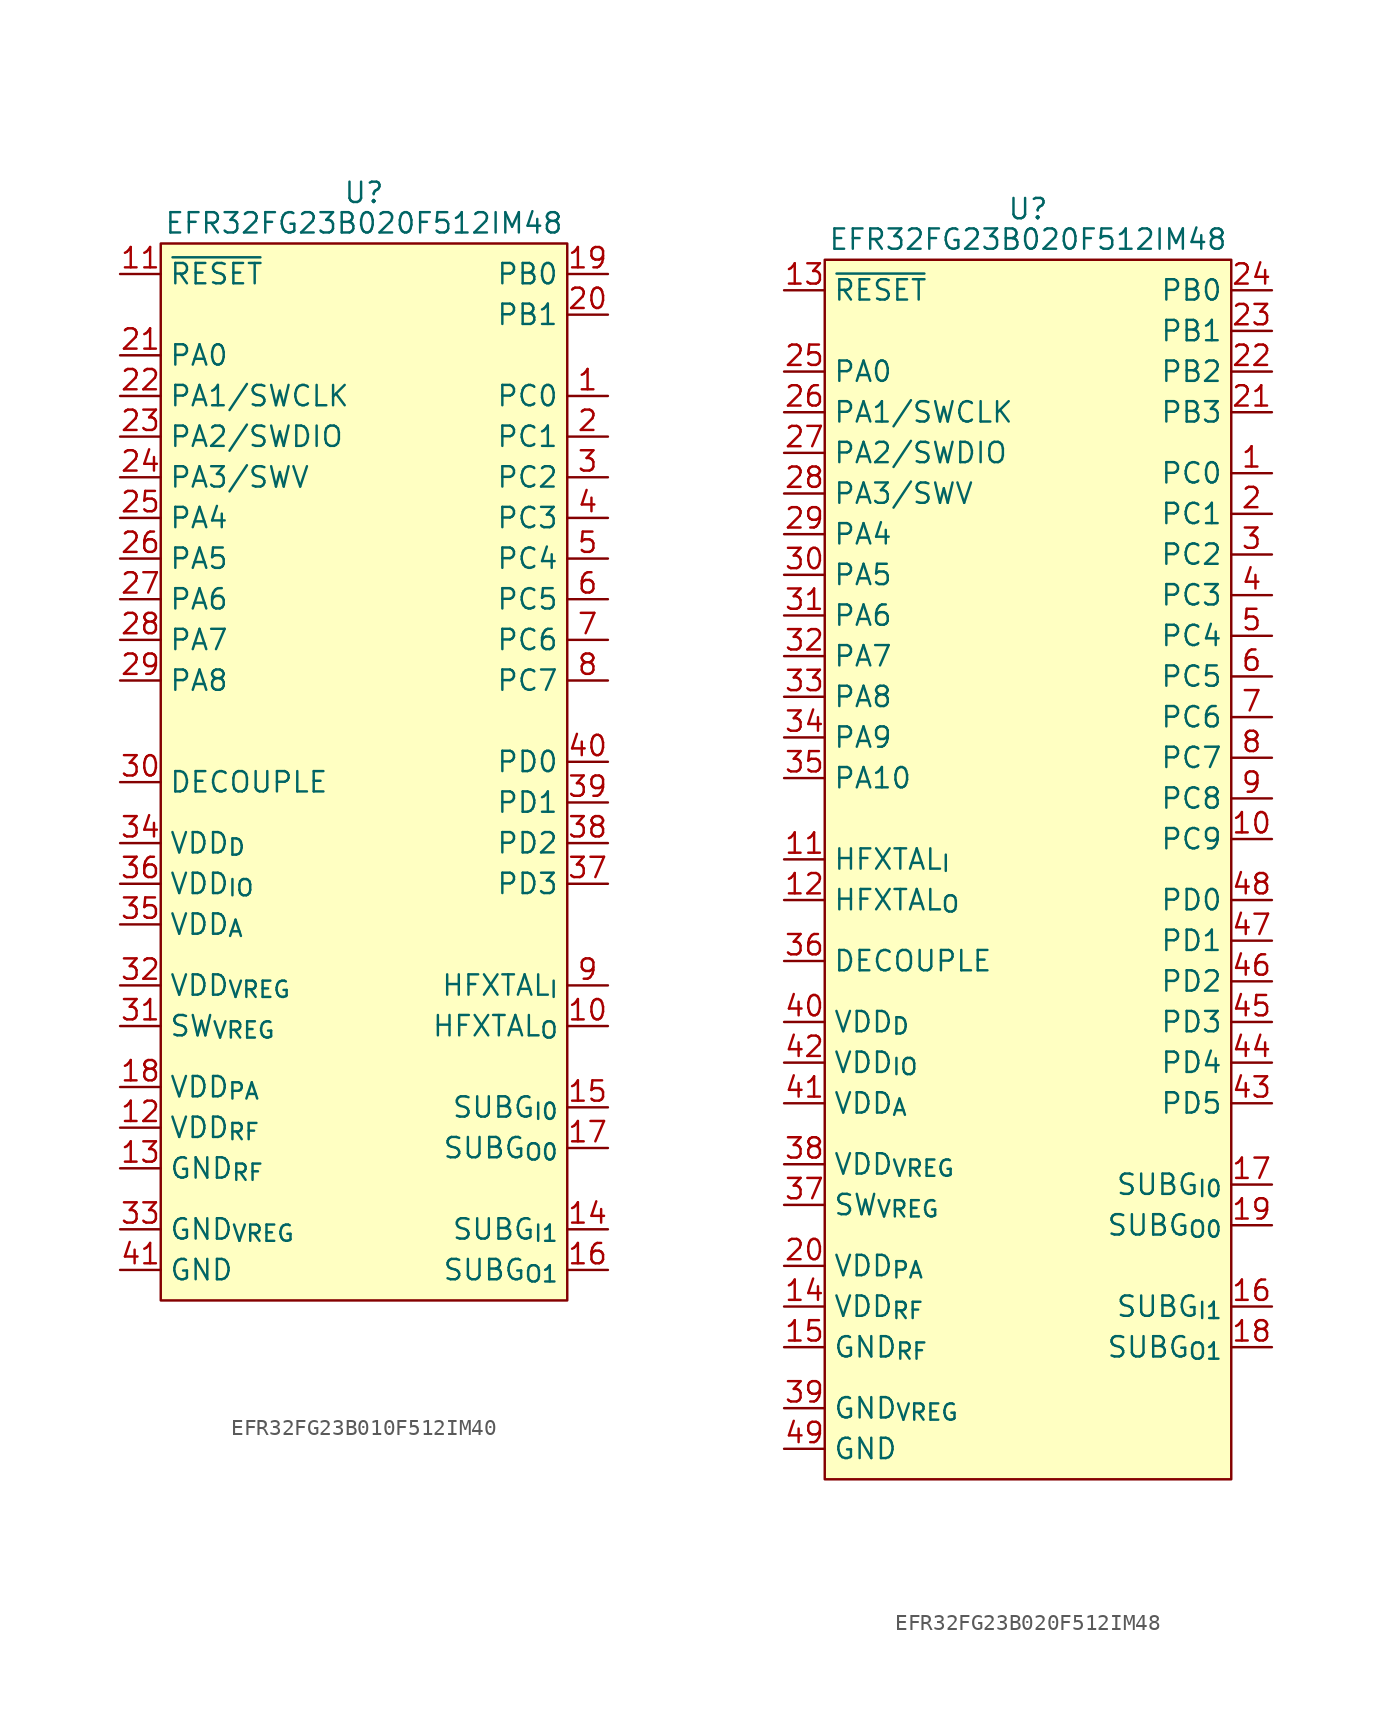
<source format=kicad_sym>
(kicad_symbol_lib
  (version 20220914)
  (generator kicad_symbol_editor)
  (symbol "EFR32FG23B010F512IM40"
    (property "Reference" "U"
      (at 0 3.175 0)
      (effects (font (size 1.27 1.27))))
    (property "Value" "EFR32FG23B020F512IM48"
      (at 0 1.27 0)
      (effects (font (size 1.27 1.27))))
    (symbol "EFR32FG23B010F512IM40_0_1"
      (rectangle (start -12.7 0) (end 12.7 -66.04) (stroke (width 0) (type default)) (fill (type background))))
    (symbol "EFR32FG23B010F512IM40_1_1"
      (pin passive line (at 15.24 -9.525 180) (length 2.54) (name "PC0" (effects (font (size 1.27 1.27)))) (number "1" (effects (font (size 1.27 1.27)))))
      (pin passive line (at 15.24 -48.895 180) (length 2.54) (name "HFXTAL_{O}" (effects (font (size 1.27 1.27)))) (number "10" (effects (font (size 1.27 1.27)))))
      (pin input line (at -15.24 -1.905 0) (length 2.54) (name "~{RESET}" (effects (font (size 1.27 1.27)))) (number "11" (effects (font (size 1.27 1.27)))))
      (pin power_in line (at -15.24 -55.245 0) (length 2.54) (name "VDD_{RF}" (effects (font (size 1.27 1.27)))) (number "12" (effects (font (size 1.27 1.27)))))
      (pin passive line (at -15.24 -57.785 0) (length 2.54) (name "GND_{RF}" (effects (font (size 1.27 1.27)))) (number "13" (effects (font (size 1.27 1.27)))))
      (pin passive line (at 15.24 -61.595 180) (length 2.54) (name "SUBG_{I1}" (effects (font (size 1.27 1.27)))) (number "14" (effects (font (size 1.27 1.27)))))
      (pin passive line (at 15.24 -53.975 180) (length 2.54) (name "SUBG_{I0}" (effects (font (size 1.27 1.27)))) (number "15" (effects (font (size 1.27 1.27)))))
      (pin passive line (at 15.24 -64.135 180) (length 2.54) (name "SUBG_{O1}" (effects (font (size 1.27 1.27)))) (number "16" (effects (font (size 1.27 1.27)))))
      (pin passive line (at 15.24 -56.515 180) (length 2.54) (name "SUBG_{O0}" (effects (font (size 1.27 1.27)))) (number "17" (effects (font (size 1.27 1.27)))))
      (pin power_in line (at -15.24 -52.705 0) (length 2.54) (name "VDD_{PA}" (effects (font (size 1.27 1.27)))) (number "18" (effects (font (size 1.27 1.27)))))
      (pin passive line (at 15.24 -1.905 180) (length 2.54) (name "PB0" (effects (font (size 1.27 1.27)))) (number "19" (effects (font (size 1.27 1.27)))))
      (pin passive line (at 15.24 -12.065 180) (length 2.54) (name "PC1" (effects (font (size 1.27 1.27)))) (number "2" (effects (font (size 1.27 1.27)))))
      (pin passive line (at 15.24 -4.445 180) (length 2.54) (name "PB1" (effects (font (size 1.27 1.27)))) (number "20" (effects (font (size 1.27 1.27)))))
      (pin passive line (at -15.24 -6.985 0) (length 2.54) (name "PA0" (effects (font (size 1.27 1.27)))) (number "21" (effects (font (size 1.27 1.27)))))
      (pin passive line (at -15.24 -9.525 0) (length 2.54) (name "PA1/SWCLK" (effects (font (size 1.27 1.27)))) (number "22" (effects (font (size 1.27 1.27)))))
      (pin passive line (at -15.24 -12.065 0) (length 2.54) (name "PA2/SWDIO" (effects (font (size 1.27 1.27)))) (number "23" (effects (font (size 1.27 1.27)))))
      (pin passive line (at -15.24 -14.605 0) (length 2.54) (name "PA3/SWV" (effects (font (size 1.27 1.27)))) (number "24" (effects (font (size 1.27 1.27)))))
      (pin passive line (at -15.24 -17.145 0) (length 2.54) (name "PA4" (effects (font (size 1.27 1.27)))) (number "25" (effects (font (size 1.27 1.27)))))
      (pin passive line (at -15.24 -19.685 0) (length 2.54) (name "PA5" (effects (font (size 1.27 1.27)))) (number "26" (effects (font (size 1.27 1.27)))))
      (pin passive line (at -15.24 -22.225 0) (length 2.54) (name "PA6" (effects (font (size 1.27 1.27)))) (number "27" (effects (font (size 1.27 1.27)))))
      (pin passive line (at -15.24 -24.765 0) (length 2.54) (name "PA7" (effects (font (size 1.27 1.27)))) (number "28" (effects (font (size 1.27 1.27)))))
      (pin passive line (at -15.24 -27.305 0) (length 2.54) (name "PA8" (effects (font (size 1.27 1.27)))) (number "29" (effects (font (size 1.27 1.27)))))
      (pin passive line (at 15.24 -14.605 180) (length 2.54) (name "PC2" (effects (font (size 1.27 1.27)))) (number "3" (effects (font (size 1.27 1.27)))))
      (pin passive line (at -15.24 -33.655 0) (length 2.54) (name "DECOUPLE" (effects (font (size 1.27 1.27)))) (number "30" (effects (font (size 1.27 1.27)))))
      (pin power_in line (at -15.24 -48.895 0) (length 2.54) (name "SW_{VREG}" (effects (font (size 1.27 1.27)))) (number "31" (effects (font (size 1.27 1.27)))))
      (pin power_in line (at -15.24 -46.355 0) (length 2.54) (name "VDD_{VREG}" (effects (font (size 1.27 1.27)))) (number "32" (effects (font (size 1.27 1.27)))))
      (pin passive line (at -15.24 -61.595 0) (length 2.54) (name "GND_{VREG}" (effects (font (size 1.27 1.27)))) (number "33" (effects (font (size 1.27 1.27)))))
      (pin power_in line (at -15.24 -37.465 0) (length 2.54) (name "VDD_{D}" (effects (font (size 1.27 1.27)))) (number "34" (effects (font (size 1.27 1.27)))))
      (pin power_in line (at -15.24 -42.545 0) (length 2.54) (name "VDD_{A}" (effects (font (size 1.27 1.27)))) (number "35" (effects (font (size 1.27 1.27)))))
      (pin power_in line (at -15.24 -40.005 0) (length 2.54) (name "VDD_{IO}" (effects (font (size 1.27 1.27)))) (number "36" (effects (font (size 1.27 1.27)))))
      (pin passive line (at 15.24 -40.005 180) (length 2.54) (name "PD3" (effects (font (size 1.27 1.27)))) (number "37" (effects (font (size 1.27 1.27)))))
      (pin passive line (at 15.24 -37.465 180) (length 2.54) (name "PD2" (effects (font (size 1.27 1.27)))) (number "38" (effects (font (size 1.27 1.27)))))
      (pin passive line (at 15.24 -34.925 180) (length 2.54) (name "PD1" (effects (font (size 1.27 1.27)))) (number "39" (effects (font (size 1.27 1.27)))))
      (pin passive line (at 15.24 -17.145 180) (length 2.54) (name "PC3" (effects (font (size 1.27 1.27)))) (number "4" (effects (font (size 1.27 1.27)))))
      (pin passive line (at 15.24 -32.385 180) (length 2.54) (name "PD0" (effects (font (size 1.27 1.27)))) (number "40" (effects (font (size 1.27 1.27)))))
      (pin passive line (at -15.24 -64.135 0) (length 2.54) (name "GND" (effects (font (size 1.27 1.27)))) (number "41" (effects (font (size 1.27 1.27)))))
      (pin passive line (at 15.24 -19.685 180) (length 2.54) (name "PC4" (effects (font (size 1.27 1.27)))) (number "5" (effects (font (size 1.27 1.27)))))
      (pin passive line (at 15.24 -22.225 180) (length 2.54) (name "PC5" (effects (font (size 1.27 1.27)))) (number "6" (effects (font (size 1.27 1.27)))))
      (pin passive line (at 15.24 -24.765 180) (length 2.54) (name "PC6" (effects (font (size 1.27 1.27)))) (number "7" (effects (font (size 1.27 1.27)))))
      (pin passive line (at 15.24 -27.305 180) (length 2.54) (name "PC7" (effects (font (size 1.27 1.27)))) (number "8" (effects (font (size 1.27 1.27)))))
      (pin passive line (at 15.24 -46.355 180) (length 2.54) (name "HFXTAL_{I}" (effects (font (size 1.27 1.27)))) (number "9" (effects (font (size 1.27 1.27)))))))
  (symbol "EFR32FG23B020F512IM48"
    (property "Reference" "U"
      (at 0 3.175 0)
      (effects (font (size 1.27 1.27))))
    (property "Value" "EFR32FG23B020F512IM48"
      (at 0 1.27 0)
      (effects (font (size 1.27 1.27))))
    (symbol "EFR32FG23B020F512IM48_0_1"
      (rectangle (start -12.7 0) (end 12.7 -76.2) (stroke (width 0) (type default)) (fill (type background))))
    (symbol "EFR32FG23B020F512IM48_1_1"
      (pin passive line (at 15.24 -13.335 180) (length 2.54) (name "PC0" (effects (font (size 1.27 1.27)))) (number "1" (effects (font (size 1.27 1.27)))))
      (pin passive line (at 15.24 -36.195 180) (length 2.54) (name "PC9" (effects (font (size 1.27 1.27)))) (number "10" (effects (font (size 1.27 1.27)))))
      (pin passive line (at -15.24 -37.465 0) (length 2.54) (name "HFXTAL_{I}" (effects (font (size 1.27 1.27)))) (number "11" (effects (font (size 1.27 1.27)))))
      (pin passive line (at -15.24 -40.005 0) (length 2.54) (name "HFXTAL_{O}" (effects (font (size 1.27 1.27)))) (number "12" (effects (font (size 1.27 1.27)))))
      (pin input line (at -15.24 -1.905 0) (length 2.54) (name "~{RESET}" (effects (font (size 1.27 1.27)))) (number "13" (effects (font (size 1.27 1.27)))))
      (pin power_in line (at -15.24 -65.405 0) (length 2.54) (name "VDD_{RF}" (effects (font (size 1.27 1.27)))) (number "14" (effects (font (size 1.27 1.27)))))
      (pin passive line (at -15.24 -67.945 0) (length 2.54) (name "GND_{RF}" (effects (font (size 1.27 1.27)))) (number "15" (effects (font (size 1.27 1.27)))))
      (pin passive line (at 15.24 -65.405 180) (length 2.54) (name "SUBG_{I1}" (effects (font (size 1.27 1.27)))) (number "16" (effects (font (size 1.27 1.27)))))
      (pin passive line (at 15.24 -57.785 180) (length 2.54) (name "SUBG_{I0}" (effects (font (size 1.27 1.27)))) (number "17" (effects (font (size 1.27 1.27)))))
      (pin passive line (at 15.24 -67.945 180) (length 2.54) (name "SUBG_{O1}" (effects (font (size 1.27 1.27)))) (number "18" (effects (font (size 1.27 1.27)))))
      (pin passive line (at 15.24 -60.325 180) (length 2.54) (name "SUBG_{O0}" (effects (font (size 1.27 1.27)))) (number "19" (effects (font (size 1.27 1.27)))))
      (pin passive line (at 15.24 -15.875 180) (length 2.54) (name "PC1" (effects (font (size 1.27 1.27)))) (number "2" (effects (font (size 1.27 1.27)))))
      (pin power_in line (at -15.24 -62.865 0) (length 2.54) (name "VDD_{PA}" (effects (font (size 1.27 1.27)))) (number "20" (effects (font (size 1.27 1.27)))))
      (pin passive line (at 15.24 -9.525 180) (length 2.54) (name "PB3" (effects (font (size 1.27 1.27)))) (number "21" (effects (font (size 1.27 1.27)))))
      (pin passive line (at 15.24 -6.985 180) (length 2.54) (name "PB2" (effects (font (size 1.27 1.27)))) (number "22" (effects (font (size 1.27 1.27)))))
      (pin passive line (at 15.24 -4.445 180) (length 2.54) (name "PB1" (effects (font (size 1.27 1.27)))) (number "23" (effects (font (size 1.27 1.27)))))
      (pin passive line (at 15.24 -1.905 180) (length 2.54) (name "PB0" (effects (font (size 1.27 1.27)))) (number "24" (effects (font (size 1.27 1.27)))))
      (pin passive line (at -15.24 -6.985 0) (length 2.54) (name "PA0" (effects (font (size 1.27 1.27)))) (number "25" (effects (font (size 1.27 1.27)))))
      (pin passive line (at -15.24 -9.525 0) (length 2.54) (name "PA1/SWCLK" (effects (font (size 1.27 1.27)))) (number "26" (effects (font (size 1.27 1.27)))))
      (pin passive line (at -15.24 -12.065 0) (length 2.54) (name "PA2/SWDIO" (effects (font (size 1.27 1.27)))) (number "27" (effects (font (size 1.27 1.27)))))
      (pin passive line (at -15.24 -14.605 0) (length 2.54) (name "PA3/SWV" (effects (font (size 1.27 1.27)))) (number "28" (effects (font (size 1.27 1.27)))))
      (pin passive line (at -15.24 -17.145 0) (length 2.54) (name "PA4" (effects (font (size 1.27 1.27)))) (number "29" (effects (font (size 1.27 1.27)))))
      (pin passive line (at 15.24 -18.415 180) (length 2.54) (name "PC2" (effects (font (size 1.27 1.27)))) (number "3" (effects (font (size 1.27 1.27)))))
      (pin passive line (at -15.24 -19.685 0) (length 2.54) (name "PA5" (effects (font (size 1.27 1.27)))) (number "30" (effects (font (size 1.27 1.27)))))
      (pin passive line (at -15.24 -22.225 0) (length 2.54) (name "PA6" (effects (font (size 1.27 1.27)))) (number "31" (effects (font (size 1.27 1.27)))))
      (pin passive line (at -15.24 -24.765 0) (length 2.54) (name "PA7" (effects (font (size 1.27 1.27)))) (number "32" (effects (font (size 1.27 1.27)))))
      (pin passive line (at -15.24 -27.305 0) (length 2.54) (name "PA8" (effects (font (size 1.27 1.27)))) (number "33" (effects (font (size 1.27 1.27)))))
      (pin passive line (at -15.24 -29.845 0) (length 2.54) (name "PA9" (effects (font (size 1.27 1.27)))) (number "34" (effects (font (size 1.27 1.27)))))
      (pin passive line (at -15.24 -32.385 0) (length 2.54) (name "PA10" (effects (font (size 1.27 1.27)))) (number "35" (effects (font (size 1.27 1.27)))))
      (pin passive line (at -15.24 -43.815 0) (length 2.54) (name "DECOUPLE" (effects (font (size 1.27 1.27)))) (number "36" (effects (font (size 1.27 1.27)))))
      (pin power_in line (at -15.24 -59.055 0) (length 2.54) (name "SW_{VREG}" (effects (font (size 1.27 1.27)))) (number "37" (effects (font (size 1.27 1.27)))))
      (pin power_in line (at -15.24 -56.515 0) (length 2.54) (name "VDD_{VREG}" (effects (font (size 1.27 1.27)))) (number "38" (effects (font (size 1.27 1.27)))))
      (pin passive line (at -15.24 -71.755 0) (length 2.54) (name "GND_{VREG}" (effects (font (size 1.27 1.27)))) (number "39" (effects (font (size 1.27 1.27)))))
      (pin passive line (at 15.24 -20.955 180) (length 2.54) (name "PC3" (effects (font (size 1.27 1.27)))) (number "4" (effects (font (size 1.27 1.27)))))
      (pin power_in line (at -15.24 -47.625 0) (length 2.54) (name "VDD_{D}" (effects (font (size 1.27 1.27)))) (number "40" (effects (font (size 1.27 1.27)))))
      (pin power_in line (at -15.24 -52.705 0) (length 2.54) (name "VDD_{A}" (effects (font (size 1.27 1.27)))) (number "41" (effects (font (size 1.27 1.27)))))
      (pin power_in line (at -15.24 -50.165 0) (length 2.54) (name "VDD_{IO}" (effects (font (size 1.27 1.27)))) (number "42" (effects (font (size 1.27 1.27)))))
      (pin passive line (at 15.24 -52.705 180) (length 2.54) (name "PD5" (effects (font (size 1.27 1.27)))) (number "43" (effects (font (size 1.27 1.27)))))
      (pin passive line (at 15.24 -50.165 180) (length 2.54) (name "PD4" (effects (font (size 1.27 1.27)))) (number "44" (effects (font (size 1.27 1.27)))))
      (pin passive line (at 15.24 -47.625 180) (length 2.54) (name "PD3" (effects (font (size 1.27 1.27)))) (number "45" (effects (font (size 1.27 1.27)))))
      (pin passive line (at 15.24 -45.085 180) (length 2.54) (name "PD2" (effects (font (size 1.27 1.27)))) (number "46" (effects (font (size 1.27 1.27)))))
      (pin passive line (at 15.24 -42.545 180) (length 2.54) (name "PD1" (effects (font (size 1.27 1.27)))) (number "47" (effects (font (size 1.27 1.27)))))
      (pin passive line (at 15.24 -40.005 180) (length 2.54) (name "PD0" (effects (font (size 1.27 1.27)))) (number "48" (effects (font (size 1.27 1.27)))))
      (pin passive line (at -15.24 -74.295 0) (length 2.54) (name "GND" (effects (font (size 1.27 1.27)))) (number "49" (effects (font (size 1.27 1.27)))))
      (pin passive line (at 15.24 -23.495 180) (length 2.54) (name "PC4" (effects (font (size 1.27 1.27)))) (number "5" (effects (font (size 1.27 1.27)))))
      (pin passive line (at 15.24 -26.035 180) (length 2.54) (name "PC5" (effects (font (size 1.27 1.27)))) (number "6" (effects (font (size 1.27 1.27)))))
      (pin passive line (at 15.24 -28.575 180) (length 2.54) (name "PC6" (effects (font (size 1.27 1.27)))) (number "7" (effects (font (size 1.27 1.27)))))
      (pin passive line (at 15.24 -31.115 180) (length 2.54) (name "PC7" (effects (font (size 1.27 1.27)))) (number "8" (effects (font (size 1.27 1.27)))))
      (pin passive line (at 15.24 -33.655 180) (length 2.54) (name "PC8" (effects (font (size 1.27 1.27)))) (number "9" (effects (font (size 1.27 1.27))))))))
</source>
